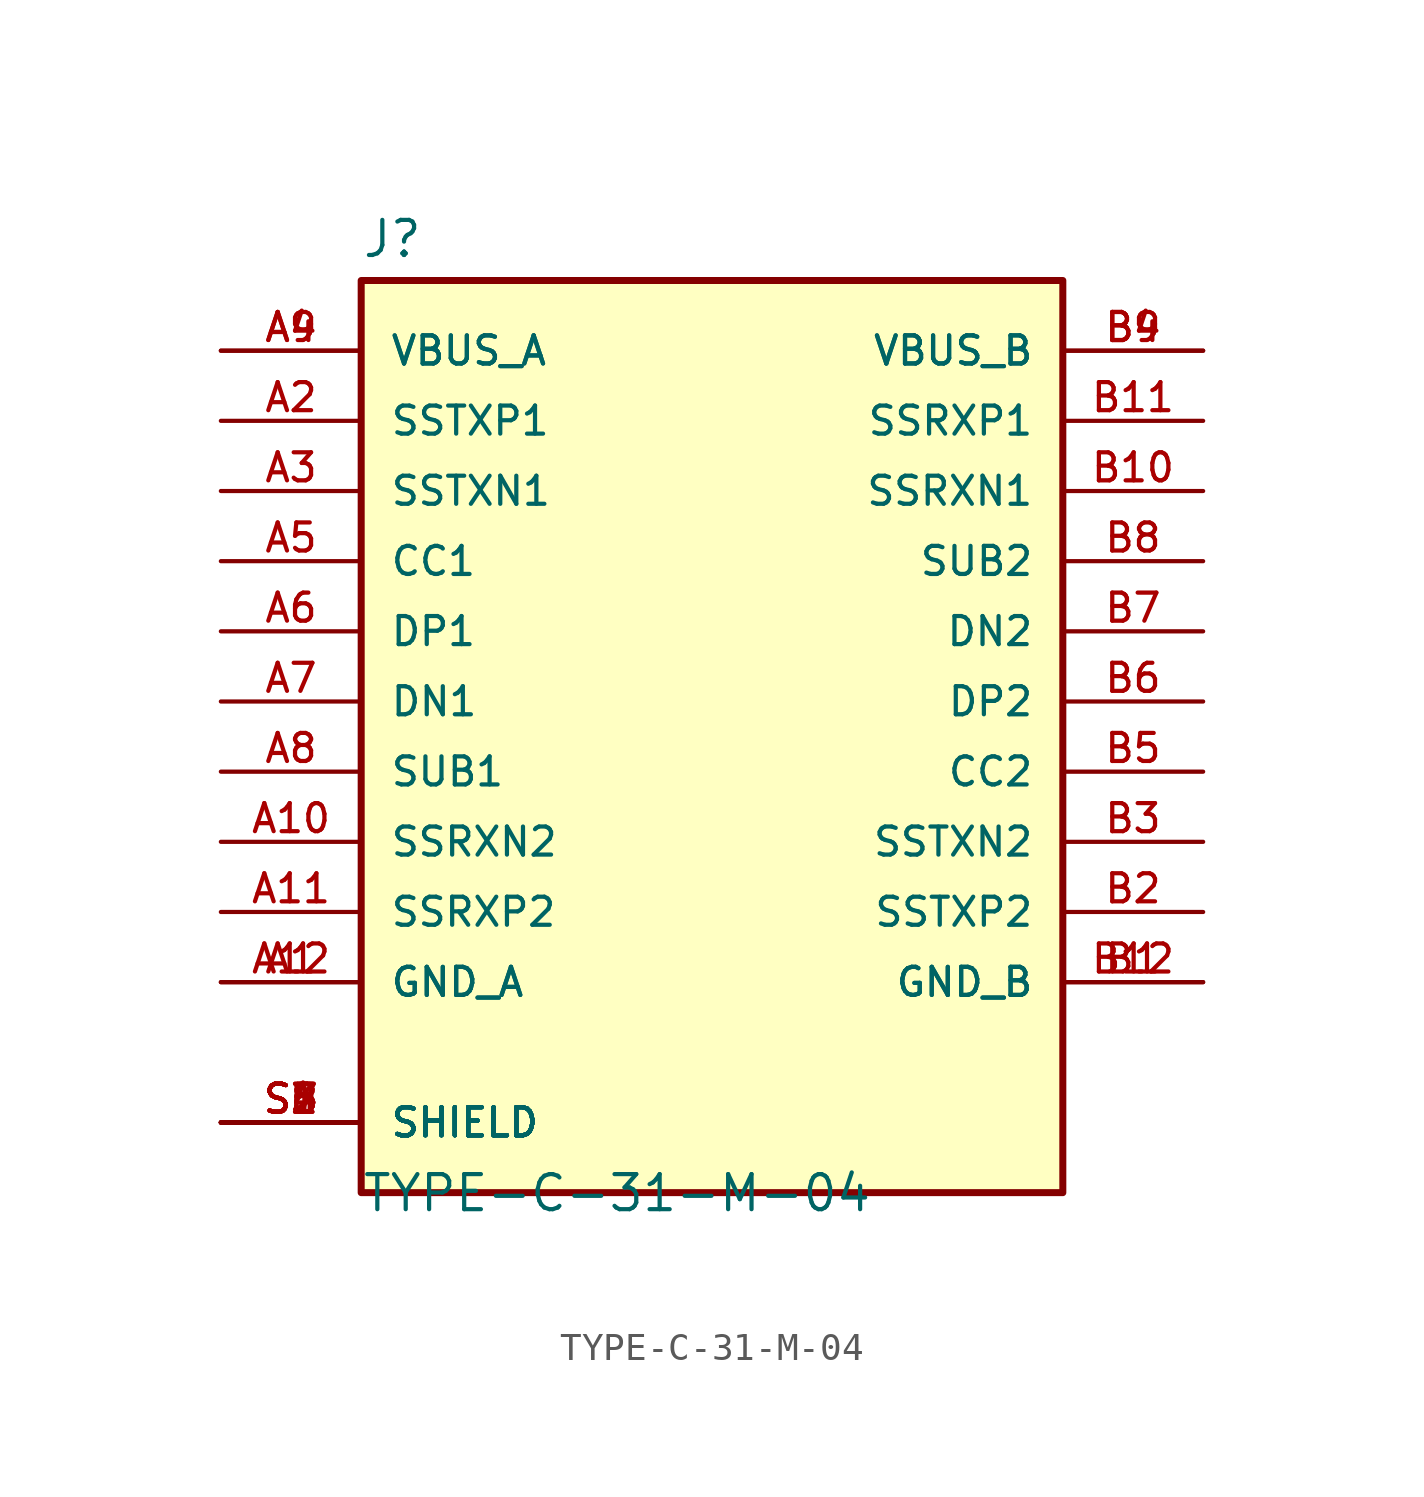
<source format=kicad_sym>
(kicad_symbol_lib
  (version 20211014)
  (generator kicad_symbol_editor)
  (symbol "TYPE-C-31-M-04"
    (pin_names
      (offset 1.016))
    (property "Reference" "J"
      (at -12.7 16.002 0)
      (effects (font (size 1.27 1.27)) (justify left bottom)))
    (property "Value" "TYPE-C-31-M-04"
      (at -12.7 -18.542 0)
      (effects (font (size 1.27 1.27)) (justify left bottom)))
    (property "ki_locked" ""
      (at 0 0 0)
      (effects (font (size 1.27 1.27))))
    (symbol "TYPE-C-31-M-04_0_0"
      (rectangle (start -12.7 -17.78) (end 12.7 15.24) (stroke (width 0.254) (type default) (color 0 0 0 0)) (fill (type background)))
      (pin power_in line (at -17.78 -10.16 0) (length 5.08) (name "GND_A" (effects (font (size 1.016 1.016)))) (number "A1" (effects (font (size 1.016 1.016)))))
      (pin bidirectional line (at -17.78 -5.08 0) (length 5.08) (name "SSRXN2" (effects (font (size 1.016 1.016)))) (number "A10" (effects (font (size 1.016 1.016)))))
      (pin bidirectional line (at -17.78 -7.62 0) (length 5.08) (name "SSRXP2" (effects (font (size 1.016 1.016)))) (number "A11" (effects (font (size 1.016 1.016)))))
      (pin power_in line (at -17.78 -10.16 0) (length 5.08) (name "GND_A" (effects (font (size 1.016 1.016)))) (number "A12" (effects (font (size 1.016 1.016)))))
      (pin bidirectional line (at -17.78 10.16 0) (length 5.08) (name "SSTXP1" (effects (font (size 1.016 1.016)))) (number "A2" (effects (font (size 1.016 1.016)))))
      (pin bidirectional line (at -17.78 7.62 0) (length 5.08) (name "SSTXN1" (effects (font (size 1.016 1.016)))) (number "A3" (effects (font (size 1.016 1.016)))))
      (pin power_in line (at -17.78 12.7 0) (length 5.08) (name "VBUS_A" (effects (font (size 1.016 1.016)))) (number "A4" (effects (font (size 1.016 1.016)))))
      (pin bidirectional line (at -17.78 5.08 0) (length 5.08) (name "CC1" (effects (font (size 1.016 1.016)))) (number "A5" (effects (font (size 1.016 1.016)))))
      (pin bidirectional line (at -17.78 2.54 0) (length 5.08) (name "DP1" (effects (font (size 1.016 1.016)))) (number "A6" (effects (font (size 1.016 1.016)))))
      (pin bidirectional line (at -17.78 0 0) (length 5.08) (name "DN1" (effects (font (size 1.016 1.016)))) (number "A7" (effects (font (size 1.016 1.016)))))
      (pin bidirectional line (at -17.78 -2.54 0) (length 5.08) (name "SUB1" (effects (font (size 1.016 1.016)))) (number "A8" (effects (font (size 1.016 1.016)))))
      (pin power_in line (at -17.78 12.7 0) (length 5.08) (name "VBUS_A" (effects (font (size 1.016 1.016)))) (number "A9" (effects (font (size 1.016 1.016)))))
      (pin power_in line (at 17.78 -10.16 180) (length 5.08) (name "GND_B" (effects (font (size 1.016 1.016)))) (number "B1" (effects (font (size 1.016 1.016)))))
      (pin bidirectional line (at 17.78 7.62 180) (length 5.08) (name "SSRXN1" (effects (font (size 1.016 1.016)))) (number "B10" (effects (font (size 1.016 1.016)))))
      (pin bidirectional line (at 17.78 10.16 180) (length 5.08) (name "SSRXP1" (effects (font (size 1.016 1.016)))) (number "B11" (effects (font (size 1.016 1.016)))))
      (pin power_in line (at 17.78 -10.16 180) (length 5.08) (name "GND_B" (effects (font (size 1.016 1.016)))) (number "B12" (effects (font (size 1.016 1.016)))))
      (pin bidirectional line (at 17.78 -7.62 180) (length 5.08) (name "SSTXP2" (effects (font (size 1.016 1.016)))) (number "B2" (effects (font (size 1.016 1.016)))))
      (pin bidirectional line (at 17.78 -5.08 180) (length 5.08) (name "SSTXN2" (effects (font (size 1.016 1.016)))) (number "B3" (effects (font (size 1.016 1.016)))))
      (pin power_in line (at 17.78 12.7 180) (length 5.08) (name "VBUS_B" (effects (font (size 1.016 1.016)))) (number "B4" (effects (font (size 1.016 1.016)))))
      (pin bidirectional line (at 17.78 -2.54 180) (length 5.08) (name "CC2" (effects (font (size 1.016 1.016)))) (number "B5" (effects (font (size 1.016 1.016)))))
      (pin bidirectional line (at 17.78 0 180) (length 5.08) (name "DP2" (effects (font (size 1.016 1.016)))) (number "B6" (effects (font (size 1.016 1.016)))))
      (pin bidirectional line (at 17.78 2.54 180) (length 5.08) (name "DN2" (effects (font (size 1.016 1.016)))) (number "B7" (effects (font (size 1.016 1.016)))))
      (pin bidirectional line (at 17.78 5.08 180) (length 5.08) (name "SUB2" (effects (font (size 1.016 1.016)))) (number "B8" (effects (font (size 1.016 1.016)))))
      (pin power_in line (at 17.78 12.7 180) (length 5.08) (name "VBUS_B" (effects (font (size 1.016 1.016)))) (number "B9" (effects (font (size 1.016 1.016)))))
      (pin passive line (at -17.78 -15.24 0) (length 5.08) (name "SHIELD" (effects (font (size 1.016 1.016)))) (number "S1" (effects (font (size 1.016 1.016)))))
      (pin passive line (at -17.78 -15.24 0) (length 5.08) (name "SHIELD" (effects (font (size 1.016 1.016)))) (number "S2" (effects (font (size 1.016 1.016)))))
      (pin passive line (at -17.78 -15.24 0) (length 5.08) (name "SHIELD" (effects (font (size 1.016 1.016)))) (number "S3" (effects (font (size 1.016 1.016)))))
      (pin passive line (at -17.78 -15.24 0) (length 5.08) (name "SHIELD" (effects (font (size 1.016 1.016)))) (number "S4" (effects (font (size 1.016 1.016)))))
      (pin passive line (at -17.78 -15.24 0) (length 5.08) (name "SHIELD" (effects (font (size 1.016 1.016)))) (number "S5" (effects (font (size 1.016 1.016)))))
      (pin passive line (at -17.78 -15.24 0) (length 5.08) (name "SHIELD" (effects (font (size 1.016 1.016)))) (number "S6" (effects (font (size 1.016 1.016)))))
      (pin passive line (at -17.78 -15.24 0) (length 5.08) (name "SHIELD" (effects (font (size 1.016 1.016)))) (number "S7" (effects (font (size 1.016 1.016)))))
      (pin passive line (at -17.78 -15.24 0) (length 5.08) (name "SHIELD" (effects (font (size 1.016 1.016)))) (number "S8" (effects (font (size 1.016 1.016))))))))
</source>
